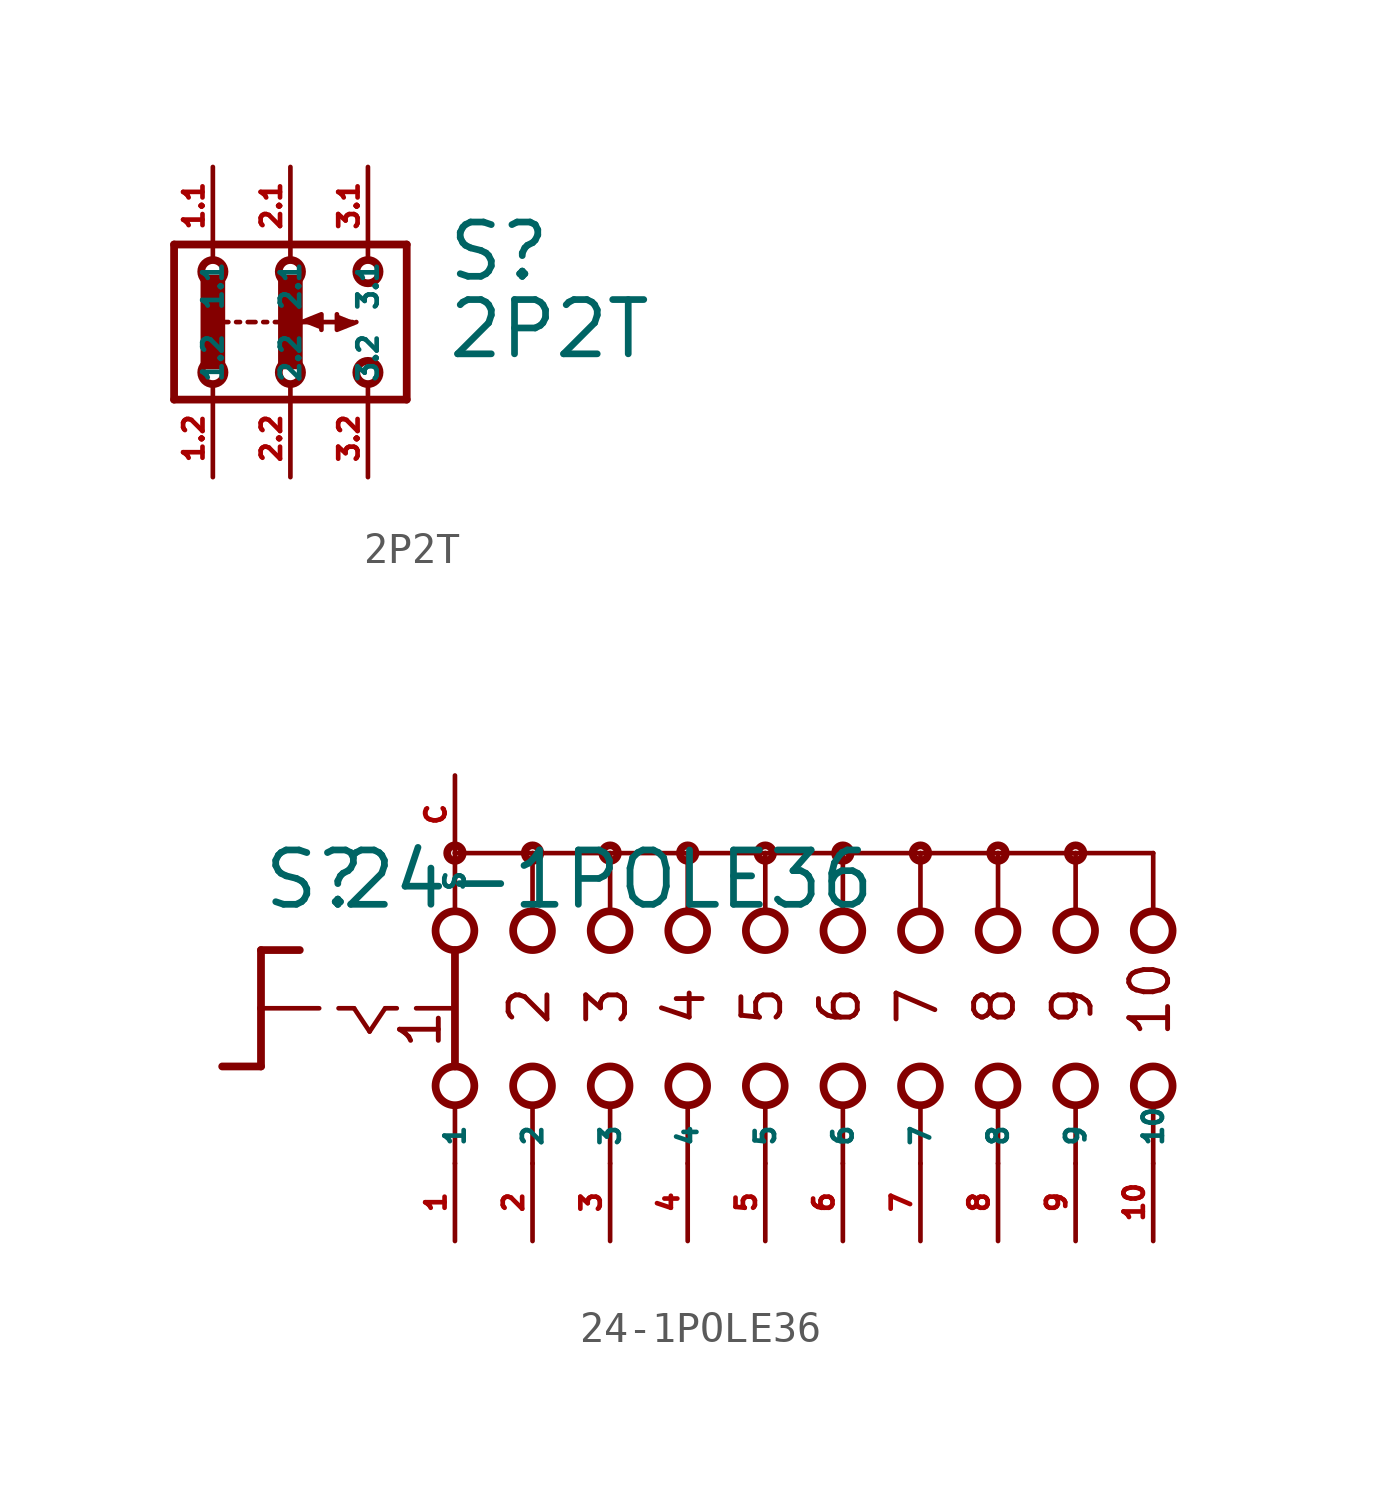
<source format=kicad_sym>
(kicad_symbol_lib
  (version 20220914)
  (generator Eagle2Kicad)
  (symbol "2P2T"
    (property "Reference" "S"
      (at 5.08 1.27 0)
      (effects (font (size 1.778 1.778) (thickness 0.22)) (justify left bottom)))
    (property "Value" "2P2T"
      (at 5.08 -1.27 0)
      (effects (font (size 1.778 1.778) (thickness 0.22)) (justify left bottom)))
    (polyline
      (pts (xy 0.381 0) (xy 1.016 0.254) (xy 1.016 -0.254))
      (stroke (width 0.152) (type default))
      (fill (type outline)))
    (polyline
      (pts (xy 2.159 0) (xy 1.524 -0.254) (xy 1.524 0.254))
      (stroke (width 0.152) (type default))
      (fill (type outline)))
    (polyline
      (pts (xy 0.381 0) (xy 2.032 0))
      (stroke (width 0.152) (type default))
      (fill (type none)))
    (polyline
      (pts (xy -3.81 2.54) (xy 3.81 2.54))
      (stroke (width 0.254) (type default))
      (fill (type none)))
    (polyline
      (pts (xy 3.81 2.54) (xy 3.81 -2.54))
      (stroke (width 0.254) (type default))
      (fill (type none)))
    (polyline
      (pts (xy 3.81 -2.54) (xy -3.81 -2.54))
      (stroke (width 0.254) (type default))
      (fill (type none)))
    (polyline
      (pts (xy -3.81 -2.54) (xy -3.81 2.54))
      (stroke (width 0.254) (type default))
      (fill (type none)))
    (polyline
      (pts (xy -2.54 2.413) (xy -2.54 2.032))
      (stroke (width 0.152) (type default))
      (fill (type none)))
    (polyline
      (pts (xy 0 2.413) (xy 0 2.032))
      (stroke (width 0.152) (type default))
      (fill (type none)))
    (polyline
      (pts (xy 2.54 2.413) (xy 2.54 2.032))
      (stroke (width 0.152) (type default))
      (fill (type none)))
    (polyline
      (pts (xy 2.54 -2.413) (xy 2.54 -2.032))
      (stroke (width 0.152) (type default))
      (fill (type none)))
    (polyline
      (pts (xy 0 -2.413) (xy 0 -2.032))
      (stroke (width 0.152) (type default))
      (fill (type none)))
    (polyline
      (pts (xy -2.54 -2.413) (xy -2.54 -2.032))
      (stroke (width 0.152) (type default))
      (fill (type none)))
    (polyline
      (pts (xy -2.159 0) (xy -2.032 0))
      (stroke (width 0.152) (type default))
      (fill (type none)))
    (polyline
      (pts (xy -1.778 0) (xy -1.651 0))
      (stroke (width 0.152) (type default))
      (fill (type none)))
    (polyline
      (pts (xy -0.889 0) (xy -0.762 0))
      (stroke (width 0.152) (type default))
      (fill (type none)))
    (polyline
      (pts (xy -0.508 0) (xy -0.381 0))
      (stroke (width 0.152) (type default))
      (fill (type none)))
    (polyline
      (pts (xy -1.397 0) (xy -1.143 0))
      (stroke (width 0.152) (type default))
      (fill (type none)))
    (circle
      (center -2.54 1.651)
      (radius 0.381)
      (stroke (width 0.254) (type default))
      (fill (type none)))
    (circle
      (center 0 1.651)
      (radius 0.381)
      (stroke (width 0.254) (type default))
      (fill (type none)))
    (circle
      (center 2.54 1.651)
      (radius 0.381)
      (stroke (width 0.254) (type default))
      (fill (type none)))
    (circle
      (center -2.54 -1.651)
      (radius 0.381)
      (stroke (width 0.254) (type default))
      (fill (type none)))
    (circle
      (center 0 -1.651)
      (radius 0.381)
      (stroke (width 0.254) (type default))
      (fill (type none)))
    (circle
      (center 2.54 -1.651)
      (radius 0.381)
      (stroke (width 0.254) (type default))
      (fill (type none)))
    (rectangle
      (start -2.794 -1.397)
      (end -2.286 1.397)
      (stroke (width 0.3) (type default))
      (fill (type outline)))
    (rectangle
      (start -0.254 -1.397)
      (end 0.254 1.397)
      (stroke (width 0.3) (type default))
      (fill (type outline)))
    (pin passive line
      (at -2.54 5.08 270)
      (length 2.54)
      (name "1.1" (effects (font (size 0.635 0.635) (thickness 0.08)) (justify left bottom)))
      (number "1.1" (effects (font (size 0.635 0.635) (thickness 0.08)) (justify left bottom))))
    (pin passive line
      (at 0 5.08 270)
      (length 2.54)
      (name "2.1" (effects (font (size 0.635 0.635) (thickness 0.08)) (justify left bottom)))
      (number "2.1" (effects (font (size 0.635 0.635) (thickness 0.08)) (justify left bottom))))
    (pin passive line
      (at 2.54 5.08 270)
      (length 2.54)
      (name "3.1" (effects (font (size 0.635 0.635) (thickness 0.08)) (justify left bottom)))
      (number "3.1" (effects (font (size 0.635 0.635) (thickness 0.08)) (justify left bottom))))
    (pin passive line
      (at -2.54 -5.08 90)
      (length 2.54)
      (name "1.2" (effects (font (size 0.635 0.635) (thickness 0.08)) (justify left bottom)))
      (number "1.2" (effects (font (size 0.635 0.635) (thickness 0.08)) (justify left bottom))))
    (pin passive line
      (at 0 -5.08 90)
      (length 2.54)
      (name "2.2" (effects (font (size 0.635 0.635) (thickness 0.08)) (justify left bottom)))
      (number "2.2" (effects (font (size 0.635 0.635) (thickness 0.08)) (justify left bottom))))
    (pin passive line
      (at 2.54 -5.08 90)
      (length 2.54)
      (name "3.2" (effects (font (size 0.635 0.635) (thickness 0.08)) (justify left bottom)))
      (number "3.2" (effects (font (size 0.635 0.635) (thickness 0.08)) (justify left bottom)))))
  (symbol "24-1POLE36"
    (property "Reference" "S"
      (at -16.51 3.175 0)
      (effects (font (size 1.778 1.778) (thickness 0.22)) (justify left bottom)))
    (property "Value" "24-1POLE36"
      (at -13.97 3.175 0)
      (effects (font (size 1.778 1.778) (thickness 0.22)) (justify left bottom)))
    (polyline
      (pts (xy -16.51 1.905) (xy -15.24 1.905))
      (stroke (width 0.254) (type default))
      (fill (type none)))
    (polyline
      (pts (xy -16.51 1.905) (xy -16.51 0))
      (stroke (width 0.254) (type default))
      (fill (type none)))
    (polyline
      (pts (xy -16.51 -1.905) (xy -17.78 -1.905))
      (stroke (width 0.254) (type default))
      (fill (type none)))
    (polyline
      (pts (xy -16.51 0) (xy -14.605 0))
      (stroke (width 0.152) (type default))
      (fill (type none)))
    (polyline
      (pts (xy -16.51 0) (xy -16.51 -1.905))
      (stroke (width 0.254) (type default))
      (fill (type none)))
    (polyline
      (pts (xy -13.97 0) (xy -13.462 0))
      (stroke (width 0.152) (type default))
      (fill (type none)))
    (polyline
      (pts (xy -12.446 0) (xy -12.065 0))
      (stroke (width 0.152) (type default))
      (fill (type none)))
    (polyline
      (pts (xy -11.43 0) (xy -10.287 0))
      (stroke (width 0.152) (type default))
      (fill (type none)))
    (polyline
      (pts (xy -13.462 0) (xy -12.954 -0.762))
      (stroke (width 0.152) (type default))
      (fill (type none)))
    (polyline
      (pts (xy -12.954 -0.762) (xy -12.446 0))
      (stroke (width 0.152) (type default))
      (fill (type none)))
    (polyline
      (pts (xy -7.62 3.175) (xy -7.62 5.08))
      (stroke (width 0.152) (type default))
      (fill (type none)))
    (polyline
      (pts (xy -5.08 3.175) (xy -5.08 5.08))
      (stroke (width 0.152) (type default))
      (fill (type none)))
    (polyline
      (pts (xy -2.54 3.175) (xy -2.54 5.08))
      (stroke (width 0.152) (type default))
      (fill (type none)))
    (polyline
      (pts (xy -7.62 -5.08) (xy -7.62 -3.175))
      (stroke (width 0.152) (type default))
      (fill (type none)))
    (polyline
      (pts (xy -5.08 -5.08) (xy -5.08 -3.175))
      (stroke (width 0.152) (type default))
      (fill (type none)))
    (polyline
      (pts (xy -2.54 -5.08) (xy -2.54 -3.175))
      (stroke (width 0.152) (type default))
      (fill (type none)))
    (polyline
      (pts (xy -5.08 5.08) (xy -7.62 5.08))
      (stroke (width 0.152) (type default))
      (fill (type none)))
    (polyline
      (pts (xy -5.08 5.08) (xy -2.54 5.08))
      (stroke (width 0.152) (type default))
      (fill (type none)))
    (polyline
      (pts (xy 0 -5.08) (xy 0 -3.175))
      (stroke (width 0.152) (type default))
      (fill (type none)))
    (polyline
      (pts (xy 2.54 -5.08) (xy 2.54 -3.175))
      (stroke (width 0.152) (type default))
      (fill (type none)))
    (polyline
      (pts (xy 0 3.175) (xy 0 5.08))
      (stroke (width 0.152) (type default))
      (fill (type none)))
    (polyline
      (pts (xy 2.54 3.175) (xy 2.54 5.08))
      (stroke (width 0.152) (type default))
      (fill (type none)))
    (polyline
      (pts (xy -2.54 5.08) (xy 0 5.08))
      (stroke (width 0.152) (type default))
      (fill (type none)))
    (polyline
      (pts (xy 0 5.08) (xy 2.54 5.08))
      (stroke (width 0.152) (type default))
      (fill (type none)))
    (polyline
      (pts (xy -10.16 5.08) (xy -10.16 3.175))
      (stroke (width 0.152) (type default))
      (fill (type none)))
    (polyline
      (pts (xy -10.16 1.905) (xy -10.16 -1.905))
      (stroke (width 0.254) (type default))
      (fill (type none)))
    (polyline
      (pts (xy -10.16 -3.175) (xy -10.16 -5.08))
      (stroke (width 0.152) (type default))
      (fill (type none)))
    (polyline
      (pts (xy -7.62 5.08) (xy -10.16 5.08))
      (stroke (width 0.152) (type default))
      (fill (type none)))
    (polyline
      (pts (xy 2.54 5.08) (xy 5.08 5.08))
      (stroke (width 0.152) (type default))
      (fill (type none)))
    (polyline
      (pts (xy 5.08 3.175) (xy 5.08 5.08))
      (stroke (width 0.152) (type default))
      (fill (type none)))
    (polyline
      (pts (xy 5.08 -5.08) (xy 5.08 -3.175))
      (stroke (width 0.152) (type default))
      (fill (type none)))
    (polyline
      (pts (xy 7.62 3.175) (xy 7.62 5.08))
      (stroke (width 0.152) (type default))
      (fill (type none)))
    (polyline
      (pts (xy 10.16 3.175) (xy 10.16 5.08))
      (stroke (width 0.152) (type default))
      (fill (type none)))
    (polyline
      (pts (xy 12.7 3.175) (xy 12.7 5.08))
      (stroke (width 0.152) (type default))
      (fill (type none)))
    (polyline
      (pts (xy 5.08 5.08) (xy 7.62 5.08))
      (stroke (width 0.152) (type default))
      (fill (type none)))
    (polyline
      (pts (xy 7.62 5.08) (xy 10.16 5.08))
      (stroke (width 0.152) (type default))
      (fill (type none)))
    (polyline
      (pts (xy 10.16 5.08) (xy 12.7 5.08))
      (stroke (width 0.152) (type default))
      (fill (type none)))
    (polyline
      (pts (xy 7.62 -5.08) (xy 7.62 -3.175))
      (stroke (width 0.152) (type default))
      (fill (type none)))
    (polyline
      (pts (xy 10.16 -5.08) (xy 10.16 -3.175))
      (stroke (width 0.152) (type default))
      (fill (type none)))
    (polyline
      (pts (xy 12.7 -5.08) (xy 12.7 -3.175))
      (stroke (width 0.152) (type default))
      (fill (type none)))
    (text "1"
      (at -10.541 -1.397 900)
      (effects (font (size 1.27 1.27) (thickness 0.16)) (justify left bottom)))
    (text "2"
      (at -6.985 -0.635 900)
      (effects (font (size 1.27 1.27) (thickness 0.16)) (justify left bottom)))
    (text "3"
      (at -4.445 -0.635 900)
      (effects (font (size 1.27 1.27) (thickness 0.16)) (justify left bottom)))
    (text "4"
      (at -1.905 -0.635 900)
      (effects (font (size 1.27 1.27) (thickness 0.16)) (justify left bottom)))
    (text "5"
      (at 0.635 -0.635 900)
      (effects (font (size 1.27 1.27) (thickness 0.16)) (justify left bottom)))
    (text "6"
      (at 3.175 -0.635 900)
      (effects (font (size 1.27 1.27) (thickness 0.16)) (justify left bottom)))
    (text "7"
      (at 5.715 -0.635 900)
      (effects (font (size 1.27 1.27) (thickness 0.16)) (justify left bottom)))
    (text "8"
      (at 8.255 -0.635 900)
      (effects (font (size 1.27 1.27) (thickness 0.16)) (justify left bottom)))
    (text "9"
      (at 10.795 -0.635 900)
      (effects (font (size 1.27 1.27) (thickness 0.16)) (justify left bottom)))
    (text "10"
      (at 13.335 -1.016 900)
      (effects (font (size 1.27 1.27) (thickness 0.16)) (justify left bottom)))
    (circle
      (center -5.08 5.08)
      (radius 0.254)
      (stroke (width 0.254) (type default))
      (fill (type none)))
    (circle
      (center -2.54 5.08)
      (radius 0.254)
      (stroke (width 0.254) (type default))
      (fill (type none)))
    (circle
      (center 2.54 5.08)
      (radius 0.254)
      (stroke (width 0.254) (type default))
      (fill (type none)))
    (circle
      (center -10.16 5.08)
      (radius 0.254)
      (stroke (width 0.254) (type default))
      (fill (type none)))
    (circle
      (center -7.62 5.08)
      (radius 0.254)
      (stroke (width 0.254) (type default))
      (fill (type none)))
    (circle
      (center -10.16 2.54)
      (radius 0.635)
      (stroke (width 0.254) (type default))
      (fill (type none)))
    (circle
      (center -7.62 2.54)
      (radius 0.635)
      (stroke (width 0.254) (type default))
      (fill (type none)))
    (circle
      (center -5.08 2.54)
      (radius 0.635)
      (stroke (width 0.254) (type default))
      (fill (type none)))
    (circle
      (center -10.16 -2.54)
      (radius 0.635)
      (stroke (width 0.254) (type default))
      (fill (type none)))
    (circle
      (center -7.62 -2.54)
      (radius 0.635)
      (stroke (width 0.254) (type default))
      (fill (type none)))
    (circle
      (center -5.08 -2.54)
      (radius 0.635)
      (stroke (width 0.254) (type default))
      (fill (type none)))
    (circle
      (center 0 5.08)
      (radius 0.254)
      (stroke (width 0.254) (type default))
      (fill (type none)))
    (circle
      (center -2.54 2.54)
      (radius 0.635)
      (stroke (width 0.254) (type default))
      (fill (type none)))
    (circle
      (center 0 2.54)
      (radius 0.635)
      (stroke (width 0.254) (type default))
      (fill (type none)))
    (circle
      (center -2.54 -2.54)
      (radius 0.635)
      (stroke (width 0.254) (type default))
      (fill (type none)))
    (circle
      (center 0 -2.54)
      (radius 0.635)
      (stroke (width 0.254) (type default))
      (fill (type none)))
    (circle
      (center 2.54 2.54)
      (radius 0.635)
      (stroke (width 0.254) (type default))
      (fill (type none)))
    (circle
      (center 2.54 -2.54)
      (radius 0.635)
      (stroke (width 0.254) (type default))
      (fill (type none)))
    (circle
      (center 5.08 5.08)
      (radius 0.254)
      (stroke (width 0.254) (type default))
      (fill (type none)))
    (circle
      (center 5.08 2.54)
      (radius 0.635)
      (stroke (width 0.254) (type default))
      (fill (type none)))
    (circle
      (center 5.08 -2.54)
      (radius 0.635)
      (stroke (width 0.254) (type default))
      (fill (type none)))
    (circle
      (center 7.62 2.54)
      (radius 0.635)
      (stroke (width 0.254) (type default))
      (fill (type none)))
    (circle
      (center 10.16 2.54)
      (radius 0.635)
      (stroke (width 0.254) (type default))
      (fill (type none)))
    (circle
      (center 12.7 2.54)
      (radius 0.635)
      (stroke (width 0.254) (type default))
      (fill (type none)))
    (circle
      (center 7.62 5.08)
      (radius 0.254)
      (stroke (width 0.254) (type default))
      (fill (type none)))
    (circle
      (center 10.16 5.08)
      (radius 0.254)
      (stroke (width 0.254) (type default))
      (fill (type none)))
    (circle
      (center 7.62 -2.54)
      (radius 0.635)
      (stroke (width 0.254) (type default))
      (fill (type none)))
    (circle
      (center 10.16 -2.54)
      (radius 0.635)
      (stroke (width 0.254) (type default))
      (fill (type none)))
    (circle
      (center 12.7 -2.54)
      (radius 0.635)
      (stroke (width 0.254) (type default))
      (fill (type none)))
    (pin passive line
      (at -10.16 -7.62 90)
      (length 2.54)
      (name "1" (effects (font (size 0.635 0.635) (thickness 0.08)) (justify left bottom)))
      (number "1" (effects (font (size 0.635 0.635) (thickness 0.08)) (justify left bottom))))
    (pin passive line
      (at -10.16 7.62 270)
      (length 2.54)
      (name "S" (effects (font (size 0.635 0.635) (thickness 0.08)) (justify left bottom)))
      (number "C" (effects (font (size 0.635 0.635) (thickness 0.08)) (justify left bottom))))
    (pin passive line
      (at -7.62 -7.62 90)
      (length 2.54)
      (name "2" (effects (font (size 0.635 0.635) (thickness 0.08)) (justify left bottom)))
      (number "2" (effects (font (size 0.635 0.635) (thickness 0.08)) (justify left bottom))))
    (pin passive line
      (at -5.08 -7.62 90)
      (length 2.54)
      (name "3" (effects (font (size 0.635 0.635) (thickness 0.08)) (justify left bottom)))
      (number "3" (effects (font (size 0.635 0.635) (thickness 0.08)) (justify left bottom))))
    (pin passive line
      (at -2.54 -7.62 90)
      (length 2.54)
      (name "4" (effects (font (size 0.635 0.635) (thickness 0.08)) (justify left bottom)))
      (number "4" (effects (font (size 0.635 0.635) (thickness 0.08)) (justify left bottom))))
    (pin passive line
      (at 0 -7.62 90)
      (length 2.54)
      (name "5" (effects (font (size 0.635 0.635) (thickness 0.08)) (justify left bottom)))
      (number "5" (effects (font (size 0.635 0.635) (thickness 0.08)) (justify left bottom))))
    (pin passive line
      (at 2.54 -7.62 90)
      (length 2.54)
      (name "6" (effects (font (size 0.635 0.635) (thickness 0.08)) (justify left bottom)))
      (number "6" (effects (font (size 0.635 0.635) (thickness 0.08)) (justify left bottom))))
    (pin passive line
      (at 5.08 -7.62 90)
      (length 2.54)
      (name "7" (effects (font (size 0.635 0.635) (thickness 0.08)) (justify left bottom)))
      (number "7" (effects (font (size 0.635 0.635) (thickness 0.08)) (justify left bottom))))
    (pin passive line
      (at 7.62 -7.62 90)
      (length 2.54)
      (name "8" (effects (font (size 0.635 0.635) (thickness 0.08)) (justify left bottom)))
      (number "8" (effects (font (size 0.635 0.635) (thickness 0.08)) (justify left bottom))))
    (pin passive line
      (at 10.16 -7.62 90)
      (length 2.54)
      (name "9" (effects (font (size 0.635 0.635) (thickness 0.08)) (justify left bottom)))
      (number "9" (effects (font (size 0.635 0.635) (thickness 0.08)) (justify left bottom))))
    (pin passive line
      (at 12.7 -7.62 90)
      (length 2.54)
      (name "10" (effects (font (size 0.635 0.635) (thickness 0.08)) (justify left bottom)))
      (number "10" (effects (font (size 0.635 0.635) (thickness 0.08)) (justify left bottom))))))
</source>
